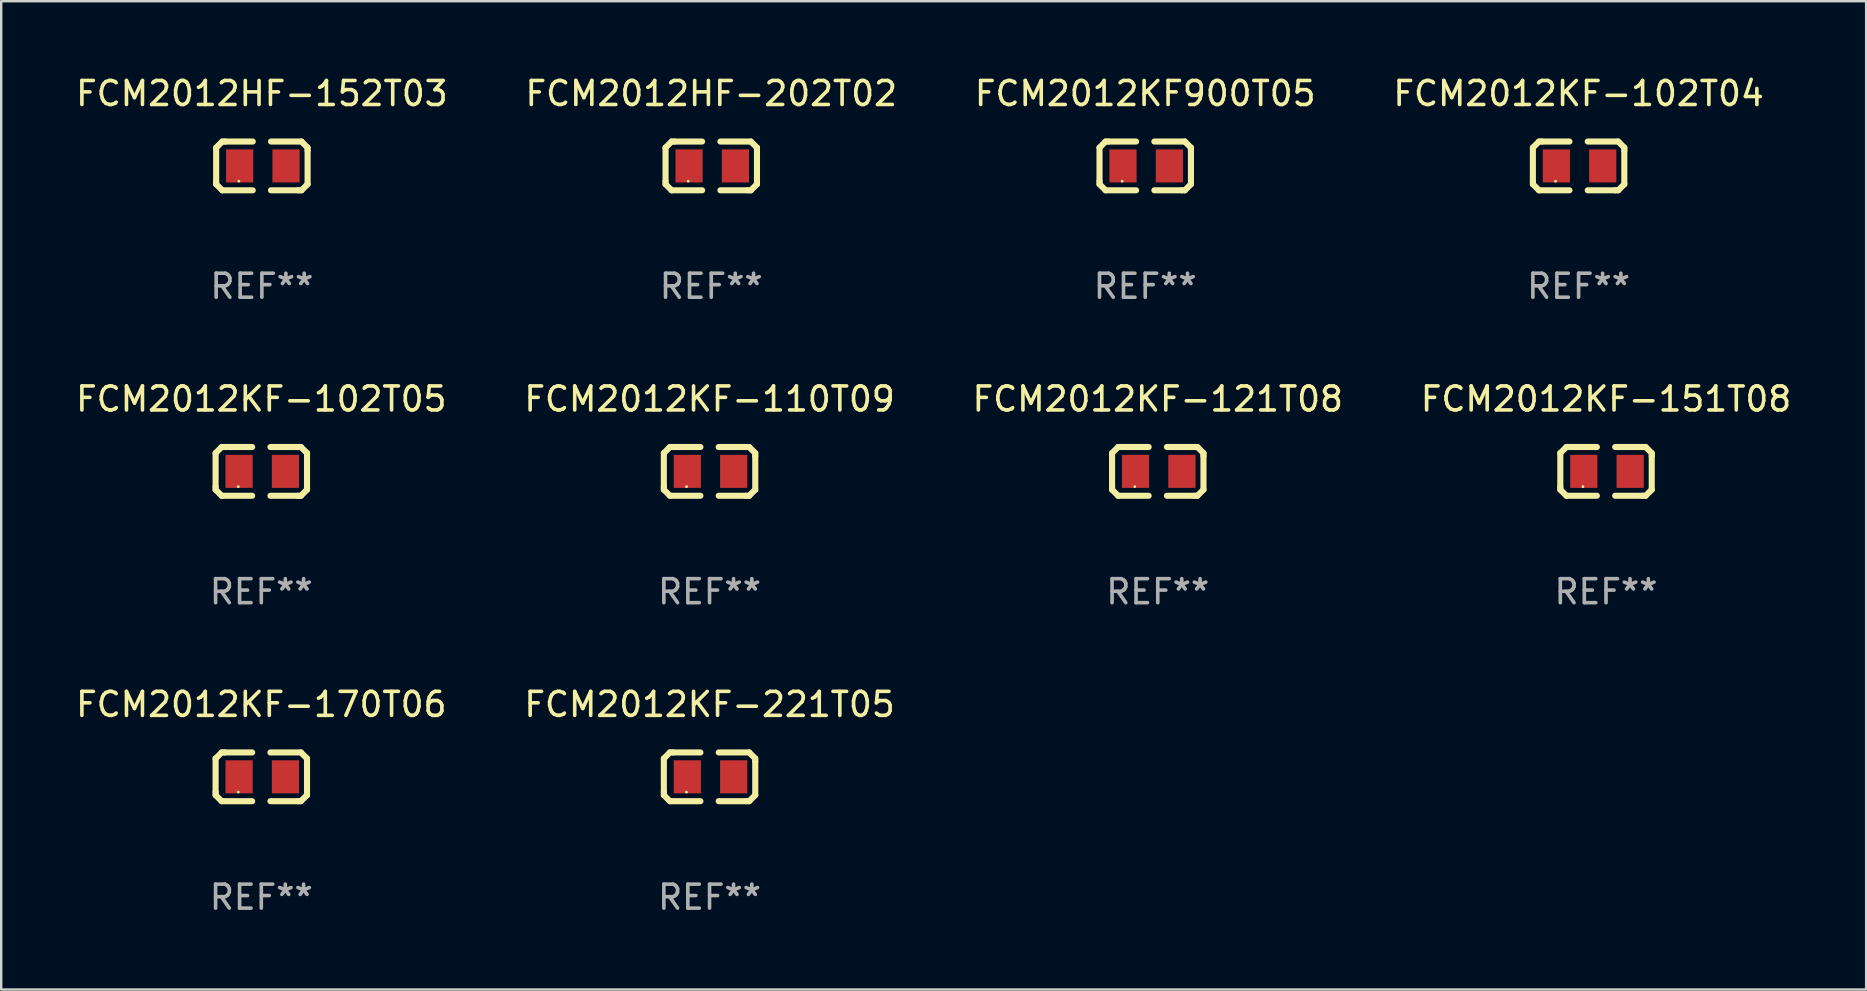
<source format=kicad_pcb>
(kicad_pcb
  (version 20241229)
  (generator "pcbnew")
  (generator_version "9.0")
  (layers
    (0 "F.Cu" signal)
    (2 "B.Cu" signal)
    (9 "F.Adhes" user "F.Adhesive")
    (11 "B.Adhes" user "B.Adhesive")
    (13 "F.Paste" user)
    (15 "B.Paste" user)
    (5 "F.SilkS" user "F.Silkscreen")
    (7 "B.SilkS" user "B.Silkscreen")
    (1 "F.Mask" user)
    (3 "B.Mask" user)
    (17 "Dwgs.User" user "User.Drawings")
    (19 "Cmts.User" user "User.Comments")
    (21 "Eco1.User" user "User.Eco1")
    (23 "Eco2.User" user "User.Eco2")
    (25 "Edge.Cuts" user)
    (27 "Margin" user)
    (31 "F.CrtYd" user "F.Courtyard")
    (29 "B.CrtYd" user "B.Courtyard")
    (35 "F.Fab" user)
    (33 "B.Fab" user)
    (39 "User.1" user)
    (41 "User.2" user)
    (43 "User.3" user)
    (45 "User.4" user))
  (footprint "FCM2012HF-152T03"
    (layer "F.Cu")
    (at 7.863 3.864)
    (property "Reference" "FCM2012HF-152T03" (at 0 -3.016 0) (layer "F.SilkS") (effects (font (size 1 1) (thickness 0.15))))
    (attr through_hole)
    (fp_line (start -1.905 -0.762) (end -1.905 0.635) (stroke (width 0.254) (type solid)) (layer "F.SilkS"))
    (fp_line (start -1.905 0.635) (end -1.905 0.762) (stroke (width 0.254) (type solid)) (layer "F.SilkS"))
    (fp_line (start -1.905 0.762) (end -1.651 1.016) (stroke (width 0.254) (type solid)) (layer "F.SilkS"))
    (fp_line (start -1.651 -1.016) (end -1.905 -0.762) (stroke (width 0.254) (type solid)) (layer "F.SilkS"))
    (fp_line (start -1.651 1.016) (end -0.381 1.016) (stroke (width 0.254) (type solid)) (layer "F.SilkS"))
    (fp_line (start -1.524 -1.016) (end -1.651 -1.016) (stroke (width 0.254) (type solid)) (layer "F.SilkS"))
    (fp_line (start -0.381 -1.016) (end -1.524 -1.016) (stroke (width 0.254) (type solid)) (layer "F.SilkS"))
    (fp_line (start 0.381 1.016) (end 1.524 1.016) (stroke (width 0.254) (type solid)) (layer "F.SilkS"))
    (fp_line (start 1.524 1.016) (end 1.651 1.016) (stroke (width 0.254) (type solid)) (layer "F.SilkS"))
    (fp_line (start 1.651 -1.016) (end 0.381 -1.016) (stroke (width 0.254) (type solid)) (layer "F.SilkS"))
    (fp_line (start 1.651 1.016) (end 1.905 0.762) (stroke (width 0.254) (type solid)) (layer "F.SilkS"))
    (fp_line (start 1.905 -0.762) (end 1.651 -1.016) (stroke (width 0.254) (type solid)) (layer "F.SilkS"))
    (fp_line (start 1.905 -0.635) (end 1.905 -0.762) (stroke (width 0.254) (type solid)) (layer "F.SilkS"))
    (fp_line (start 1.905 0.762) (end 1.905 -0.635) (stroke (width 0.254) (type solid)) (layer "F.SilkS"))
    (fp_circle (center -0.96 0.637) (end -0.93 0.637) (stroke (width 0.06) (type solid)) (fill no) (layer "F.SilkS"))
    (fp_text user "REF**" (at 0 5.016 0) (layer "F.Fab") (effects (font (size 1 1) (thickness 0.15))))
    (pad "1" smd rect (at -0.926 -0.000051) (size 1.133 1.377) (layers "F.Cu" "F.Mask" "F.Paste"))
    (pad "2" smd rect (at 1.006 -0.000051) (size 1.133 1.377) (layers "F.Cu" "F.Mask" "F.Paste")))
  (footprint "FCM2012KF-110T09"
    (layer "F.Cu")
    (at 26.518 16.593)
    (property "Reference" "FCM2012KF-110T09" (at 0 -3.016 0) (layer "F.SilkS") (effects (font (size 1 1) (thickness 0.15))))
    (attr through_hole)
    (fp_line (start -1.905 -0.762) (end -1.905 0.635) (stroke (width 0.254) (type solid)) (layer "F.SilkS"))
    (fp_line (start -1.905 0.635) (end -1.905 0.762) (stroke (width 0.254) (type solid)) (layer "F.SilkS"))
    (fp_line (start -1.905 0.762) (end -1.651 1.016) (stroke (width 0.254) (type solid)) (layer "F.SilkS"))
    (fp_line (start -1.651 -1.016) (end -1.905 -0.762) (stroke (width 0.254) (type solid)) (layer "F.SilkS"))
    (fp_line (start -1.651 1.016) (end -0.381 1.016) (stroke (width 0.254) (type solid)) (layer "F.SilkS"))
    (fp_line (start -1.524 -1.016) (end -1.651 -1.016) (stroke (width 0.254) (type solid)) (layer "F.SilkS"))
    (fp_line (start -0.381 -1.016) (end -1.524 -1.016) (stroke (width 0.254) (type solid)) (layer "F.SilkS"))
    (fp_line (start 0.381 1.016) (end 1.524 1.016) (stroke (width 0.254) (type solid)) (layer "F.SilkS"))
    (fp_line (start 1.524 1.016) (end 1.651 1.016) (stroke (width 0.254) (type solid)) (layer "F.SilkS"))
    (fp_line (start 1.651 -1.016) (end 0.381 -1.016) (stroke (width 0.254) (type solid)) (layer "F.SilkS"))
    (fp_line (start 1.651 1.016) (end 1.905 0.762) (stroke (width 0.254) (type solid)) (layer "F.SilkS"))
    (fp_line (start 1.905 -0.762) (end 1.651 -1.016) (stroke (width 0.254) (type solid)) (layer "F.SilkS"))
    (fp_line (start 1.905 -0.635) (end 1.905 -0.762) (stroke (width 0.254) (type solid)) (layer "F.SilkS"))
    (fp_line (start 1.905 0.762) (end 1.905 -0.635) (stroke (width 0.254) (type solid)) (layer "F.SilkS"))
    (fp_circle (center -0.96 0.637) (end -0.93 0.637) (stroke (width 0.06) (type solid)) (fill no) (layer "F.SilkS"))
    (fp_text user "REF**" (at 0 5.016 0) (layer "F.Fab") (effects (font (size 1 1) (thickness 0.15))))
    (pad "1" smd rect (at -0.926 -0.000051) (size 1.133 1.377) (layers "F.Cu" "F.Mask" "F.Paste"))
    (pad "2" smd rect (at 1.006 -0.000051) (size 1.133 1.377) (layers "F.Cu" "F.Mask" "F.Paste")))
  (footprint "FCM2012KF-102T04"
    (layer "F.Cu")
    (at 62.732 3.864)
    (property "Reference" "FCM2012KF-102T04" (at 0 -3.016 0) (layer "F.SilkS") (effects (font (size 1 1) (thickness 0.15))))
    (attr through_hole)
    (fp_line (start -1.905 -0.762) (end -1.905 0.635) (stroke (width 0.254) (type solid)) (layer "F.SilkS"))
    (fp_line (start -1.905 0.635) (end -1.905 0.762) (stroke (width 0.254) (type solid)) (layer "F.SilkS"))
    (fp_line (start -1.905 0.762) (end -1.651 1.016) (stroke (width 0.254) (type solid)) (layer "F.SilkS"))
    (fp_line (start -1.651 -1.016) (end -1.905 -0.762) (stroke (width 0.254) (type solid)) (layer "F.SilkS"))
    (fp_line (start -1.651 1.016) (end -0.381 1.016) (stroke (width 0.254) (type solid)) (layer "F.SilkS"))
    (fp_line (start -1.524 -1.016) (end -1.651 -1.016) (stroke (width 0.254) (type solid)) (layer "F.SilkS"))
    (fp_line (start -0.381 -1.016) (end -1.524 -1.016) (stroke (width 0.254) (type solid)) (layer "F.SilkS"))
    (fp_line (start 0.381 1.016) (end 1.524 1.016) (stroke (width 0.254) (type solid)) (layer "F.SilkS"))
    (fp_line (start 1.524 1.016) (end 1.651 1.016) (stroke (width 0.254) (type solid)) (layer "F.SilkS"))
    (fp_line (start 1.651 -1.016) (end 0.381 -1.016) (stroke (width 0.254) (type solid)) (layer "F.SilkS"))
    (fp_line (start 1.651 1.016) (end 1.905 0.762) (stroke (width 0.254) (type solid)) (layer "F.SilkS"))
    (fp_line (start 1.905 -0.762) (end 1.651 -1.016) (stroke (width 0.254) (type solid)) (layer "F.SilkS"))
    (fp_line (start 1.905 -0.635) (end 1.905 -0.762) (stroke (width 0.254) (type solid)) (layer "F.SilkS"))
    (fp_line (start 1.905 0.762) (end 1.905 -0.635) (stroke (width 0.254) (type solid)) (layer "F.SilkS"))
    (fp_circle (center -0.96 0.637) (end -0.93 0.637) (stroke (width 0.06) (type solid)) (fill no) (layer "F.SilkS"))
    (fp_text user "REF**" (at 0 5.016 0) (layer "F.Fab") (effects (font (size 1 1) (thickness 0.15))))
    (pad "1" smd rect (at -0.926 -0.000051) (size 1.133 1.377) (layers "F.Cu" "F.Mask" "F.Paste"))
    (pad "2" smd rect (at 1.006 -0.000051) (size 1.133 1.377) (layers "F.Cu" "F.Mask" "F.Paste")))
  (footprint "FCM2012KF-121T08"
    (layer "F.Cu")
    (at 45.196 16.593)
    (property "Reference" "FCM2012KF-121T08" (at 0 -3.016 0) (layer "F.SilkS") (effects (font (size 1 1) (thickness 0.15))))
    (attr through_hole)
    (fp_line (start -1.905 -0.762) (end -1.905 0.635) (stroke (width 0.254) (type solid)) (layer "F.SilkS"))
    (fp_line (start -1.905 0.635) (end -1.905 0.762) (stroke (width 0.254) (type solid)) (layer "F.SilkS"))
    (fp_line (start -1.905 0.762) (end -1.651 1.016) (stroke (width 0.254) (type solid)) (layer "F.SilkS"))
    (fp_line (start -1.651 -1.016) (end -1.905 -0.762) (stroke (width 0.254) (type solid)) (layer "F.SilkS"))
    (fp_line (start -1.651 1.016) (end -0.381 1.016) (stroke (width 0.254) (type solid)) (layer "F.SilkS"))
    (fp_line (start -1.524 -1.016) (end -1.651 -1.016) (stroke (width 0.254) (type solid)) (layer "F.SilkS"))
    (fp_line (start -0.381 -1.016) (end -1.524 -1.016) (stroke (width 0.254) (type solid)) (layer "F.SilkS"))
    (fp_line (start 0.381 1.016) (end 1.524 1.016) (stroke (width 0.254) (type solid)) (layer "F.SilkS"))
    (fp_line (start 1.524 1.016) (end 1.651 1.016) (stroke (width 0.254) (type solid)) (layer "F.SilkS"))
    (fp_line (start 1.651 -1.016) (end 0.381 -1.016) (stroke (width 0.254) (type solid)) (layer "F.SilkS"))
    (fp_line (start 1.651 1.016) (end 1.905 0.762) (stroke (width 0.254) (type solid)) (layer "F.SilkS"))
    (fp_line (start 1.905 -0.762) (end 1.651 -1.016) (stroke (width 0.254) (type solid)) (layer "F.SilkS"))
    (fp_line (start 1.905 -0.635) (end 1.905 -0.762) (stroke (width 0.254) (type solid)) (layer "F.SilkS"))
    (fp_line (start 1.905 0.762) (end 1.905 -0.635) (stroke (width 0.254) (type solid)) (layer "F.SilkS"))
    (fp_circle (center -0.96 0.637) (end -0.93 0.637) (stroke (width 0.06) (type solid)) (fill no) (layer "F.SilkS"))
    (fp_text user "REF**" (at 0 5.016 0) (layer "F.Fab") (effects (font (size 1 1) (thickness 0.15))))
    (pad "1" smd rect (at -0.926 -0.000051) (size 1.133 1.377) (layers "F.Cu" "F.Mask" "F.Paste"))
    (pad "2" smd rect (at 1.006 -0.000051) (size 1.133 1.377) (layers "F.Cu" "F.Mask" "F.Paste")))
  (footprint "FCM2012KF-170T06"
    (layer "F.Cu")
    (at 7.839 29.321)
    (property "Reference" "FCM2012KF-170T06" (at 0 -3.016 0) (layer "F.SilkS") (effects (font (size 1 1) (thickness 0.15))))
    (attr through_hole)
    (fp_line (start -1.905 -0.762) (end -1.905 0.635) (stroke (width 0.254) (type solid)) (layer "F.SilkS"))
    (fp_line (start -1.905 0.635) (end -1.905 0.762) (stroke (width 0.254) (type solid)) (layer "F.SilkS"))
    (fp_line (start -1.905 0.762) (end -1.651 1.016) (stroke (width 0.254) (type solid)) (layer "F.SilkS"))
    (fp_line (start -1.651 -1.016) (end -1.905 -0.762) (stroke (width 0.254) (type solid)) (layer "F.SilkS"))
    (fp_line (start -1.651 1.016) (end -0.381 1.016) (stroke (width 0.254) (type solid)) (layer "F.SilkS"))
    (fp_line (start -1.524 -1.016) (end -1.651 -1.016) (stroke (width 0.254) (type solid)) (layer "F.SilkS"))
    (fp_line (start -0.381 -1.016) (end -1.524 -1.016) (stroke (width 0.254) (type solid)) (layer "F.SilkS"))
    (fp_line (start 0.381 1.016) (end 1.524 1.016) (stroke (width 0.254) (type solid)) (layer "F.SilkS"))
    (fp_line (start 1.524 1.016) (end 1.651 1.016) (stroke (width 0.254) (type solid)) (layer "F.SilkS"))
    (fp_line (start 1.651 -1.016) (end 0.381 -1.016) (stroke (width 0.254) (type solid)) (layer "F.SilkS"))
    (fp_line (start 1.651 1.016) (end 1.905 0.762) (stroke (width 0.254) (type solid)) (layer "F.SilkS"))
    (fp_line (start 1.905 -0.762) (end 1.651 -1.016) (stroke (width 0.254) (type solid)) (layer "F.SilkS"))
    (fp_line (start 1.905 -0.635) (end 1.905 -0.762) (stroke (width 0.254) (type solid)) (layer "F.SilkS"))
    (fp_line (start 1.905 0.762) (end 1.905 -0.635) (stroke (width 0.254) (type solid)) (layer "F.SilkS"))
    (fp_circle (center -0.96 0.637) (end -0.93 0.637) (stroke (width 0.06) (type solid)) (fill no) (layer "F.SilkS"))
    (fp_text user "REF**" (at 0 5.016 0) (layer "F.Fab") (effects (font (size 1 1) (thickness 0.15))))
    (pad "1" smd rect (at -0.926 -0.000051) (size 1.133 1.377) (layers "F.Cu" "F.Mask" "F.Paste"))
    (pad "2" smd rect (at 1.006 -0.000051) (size 1.133 1.377) (layers "F.Cu" "F.Mask" "F.Paste")))
  (footprint "FCM2012KF-102T05"
    (layer "F.Cu")
    (at 7.839 16.593)
    (property "Reference" "FCM2012KF-102T05" (at 0 -3.016 0) (layer "F.SilkS") (effects (font (size 1 1) (thickness 0.15))))
    (attr through_hole)
    (fp_line (start -1.905 -0.762) (end -1.905 0.635) (stroke (width 0.254) (type solid)) (layer "F.SilkS"))
    (fp_line (start -1.905 0.635) (end -1.905 0.762) (stroke (width 0.254) (type solid)) (layer "F.SilkS"))
    (fp_line (start -1.905 0.762) (end -1.651 1.016) (stroke (width 0.254) (type solid)) (layer "F.SilkS"))
    (fp_line (start -1.651 -1.016) (end -1.905 -0.762) (stroke (width 0.254) (type solid)) (layer "F.SilkS"))
    (fp_line (start -1.651 1.016) (end -0.381 1.016) (stroke (width 0.254) (type solid)) (layer "F.SilkS"))
    (fp_line (start -1.524 -1.016) (end -1.651 -1.016) (stroke (width 0.254) (type solid)) (layer "F.SilkS"))
    (fp_line (start -0.381 -1.016) (end -1.524 -1.016) (stroke (width 0.254) (type solid)) (layer "F.SilkS"))
    (fp_line (start 0.381 1.016) (end 1.524 1.016) (stroke (width 0.254) (type solid)) (layer "F.SilkS"))
    (fp_line (start 1.524 1.016) (end 1.651 1.016) (stroke (width 0.254) (type solid)) (layer "F.SilkS"))
    (fp_line (start 1.651 -1.016) (end 0.381 -1.016) (stroke (width 0.254) (type solid)) (layer "F.SilkS"))
    (fp_line (start 1.651 1.016) (end 1.905 0.762) (stroke (width 0.254) (type solid)) (layer "F.SilkS"))
    (fp_line (start 1.905 -0.762) (end 1.651 -1.016) (stroke (width 0.254) (type solid)) (layer "F.SilkS"))
    (fp_line (start 1.905 -0.635) (end 1.905 -0.762) (stroke (width 0.254) (type solid)) (layer "F.SilkS"))
    (fp_line (start 1.905 0.762) (end 1.905 -0.635) (stroke (width 0.254) (type solid)) (layer "F.SilkS"))
    (fp_circle (center -0.96 0.637) (end -0.93 0.637) (stroke (width 0.06) (type solid)) (fill no) (layer "F.SilkS"))
    (fp_text user "REF**" (at 0 5.016 0) (layer "F.Fab") (effects (font (size 1 1) (thickness 0.15))))
    (pad "1" smd rect (at -0.926 -0.000051) (size 1.133 1.377) (layers "F.Cu" "F.Mask" "F.Paste"))
    (pad "2" smd rect (at 1.006 -0.000051) (size 1.133 1.377) (layers "F.Cu" "F.Mask" "F.Paste")))
  (footprint "FCM2012KF-151T08"
    (layer "F.Cu")
    (at 63.875 16.593)
    (property "Reference" "FCM2012KF-151T08" (at 0 -3.016 0) (layer "F.SilkS") (effects (font (size 1 1) (thickness 0.15))))
    (attr through_hole)
    (fp_line (start -1.905 -0.762) (end -1.905 0.635) (stroke (width 0.254) (type solid)) (layer "F.SilkS"))
    (fp_line (start -1.905 0.635) (end -1.905 0.762) (stroke (width 0.254) (type solid)) (layer "F.SilkS"))
    (fp_line (start -1.905 0.762) (end -1.651 1.016) (stroke (width 0.254) (type solid)) (layer "F.SilkS"))
    (fp_line (start -1.651 -1.016) (end -1.905 -0.762) (stroke (width 0.254) (type solid)) (layer "F.SilkS"))
    (fp_line (start -1.651 1.016) (end -0.381 1.016) (stroke (width 0.254) (type solid)) (layer "F.SilkS"))
    (fp_line (start -1.524 -1.016) (end -1.651 -1.016) (stroke (width 0.254) (type solid)) (layer "F.SilkS"))
    (fp_line (start -0.381 -1.016) (end -1.524 -1.016) (stroke (width 0.254) (type solid)) (layer "F.SilkS"))
    (fp_line (start 0.381 1.016) (end 1.524 1.016) (stroke (width 0.254) (type solid)) (layer "F.SilkS"))
    (fp_line (start 1.524 1.016) (end 1.651 1.016) (stroke (width 0.254) (type solid)) (layer "F.SilkS"))
    (fp_line (start 1.651 -1.016) (end 0.381 -1.016) (stroke (width 0.254) (type solid)) (layer "F.SilkS"))
    (fp_line (start 1.651 1.016) (end 1.905 0.762) (stroke (width 0.254) (type solid)) (layer "F.SilkS"))
    (fp_line (start 1.905 -0.762) (end 1.651 -1.016) (stroke (width 0.254) (type solid)) (layer "F.SilkS"))
    (fp_line (start 1.905 -0.635) (end 1.905 -0.762) (stroke (width 0.254) (type solid)) (layer "F.SilkS"))
    (fp_line (start 1.905 0.762) (end 1.905 -0.635) (stroke (width 0.254) (type solid)) (layer "F.SilkS"))
    (fp_circle (center -0.96 0.637) (end -0.93 0.637) (stroke (width 0.06) (type solid)) (fill no) (layer "F.SilkS"))
    (fp_text user "REF**" (at 0 5.016 0) (layer "F.Fab") (effects (font (size 1 1) (thickness 0.15))))
    (pad "1" smd rect (at -0.926 -0.000051) (size 1.133 1.377) (layers "F.Cu" "F.Mask" "F.Paste"))
    (pad "2" smd rect (at 1.006 -0.000051) (size 1.133 1.377) (layers "F.Cu" "F.Mask" "F.Paste")))
  (footprint "FCM2012HF-202T02"
    (layer "F.Cu")
    (at 26.589 3.864)
    (property "Reference" "FCM2012HF-202T02" (at 0 -3.016 0) (layer "F.SilkS") (effects (font (size 1 1) (thickness 0.15))))
    (attr through_hole)
    (fp_line (start -1.905 -0.762) (end -1.905 0.635) (stroke (width 0.254) (type solid)) (layer "F.SilkS"))
    (fp_line (start -1.905 0.635) (end -1.905 0.762) (stroke (width 0.254) (type solid)) (layer "F.SilkS"))
    (fp_line (start -1.905 0.762) (end -1.651 1.016) (stroke (width 0.254) (type solid)) (layer "F.SilkS"))
    (fp_line (start -1.651 -1.016) (end -1.905 -0.762) (stroke (width 0.254) (type solid)) (layer "F.SilkS"))
    (fp_line (start -1.651 1.016) (end -0.381 1.016) (stroke (width 0.254) (type solid)) (layer "F.SilkS"))
    (fp_line (start -1.524 -1.016) (end -1.651 -1.016) (stroke (width 0.254) (type solid)) (layer "F.SilkS"))
    (fp_line (start -0.381 -1.016) (end -1.524 -1.016) (stroke (width 0.254) (type solid)) (layer "F.SilkS"))
    (fp_line (start 0.381 1.016) (end 1.524 1.016) (stroke (width 0.254) (type solid)) (layer "F.SilkS"))
    (fp_line (start 1.524 1.016) (end 1.651 1.016) (stroke (width 0.254) (type solid)) (layer "F.SilkS"))
    (fp_line (start 1.651 -1.016) (end 0.381 -1.016) (stroke (width 0.254) (type solid)) (layer "F.SilkS"))
    (fp_line (start 1.651 1.016) (end 1.905 0.762) (stroke (width 0.254) (type solid)) (layer "F.SilkS"))
    (fp_line (start 1.905 -0.762) (end 1.651 -1.016) (stroke (width 0.254) (type solid)) (layer "F.SilkS"))
    (fp_line (start 1.905 -0.635) (end 1.905 -0.762) (stroke (width 0.254) (type solid)) (layer "F.SilkS"))
    (fp_line (start 1.905 0.762) (end 1.905 -0.635) (stroke (width 0.254) (type solid)) (layer "F.SilkS"))
    (fp_circle (center -0.96 0.637) (end -0.93 0.637) (stroke (width 0.06) (type solid)) (fill no) (layer "F.SilkS"))
    (fp_text user "REF**" (at 0 5.016 0) (layer "F.Fab") (effects (font (size 1 1) (thickness 0.15))))
    (pad "1" smd rect (at -0.926 -0.000051) (size 1.133 1.377) (layers "F.Cu" "F.Mask" "F.Paste"))
    (pad "2" smd rect (at 1.006 -0.000051) (size 1.133 1.377) (layers "F.Cu" "F.Mask" "F.Paste")))
  (footprint "FCM2012KF900T05"
    (layer "F.Cu")
    (at 44.673 3.864)
    (property "Reference" "FCM2012KF900T05" (at 0 -3.016 0) (layer "F.SilkS") (effects (font (size 1 1) (thickness 0.15))))
    (attr through_hole)
    (fp_line (start -1.905 -0.762) (end -1.905 0.635) (stroke (width 0.254) (type solid)) (layer "F.SilkS"))
    (fp_line (start -1.905 0.635) (end -1.905 0.762) (stroke (width 0.254) (type solid)) (layer "F.SilkS"))
    (fp_line (start -1.905 0.762) (end -1.651 1.016) (stroke (width 0.254) (type solid)) (layer "F.SilkS"))
    (fp_line (start -1.651 -1.016) (end -1.905 -0.762) (stroke (width 0.254) (type solid)) (layer "F.SilkS"))
    (fp_line (start -1.651 1.016) (end -0.381 1.016) (stroke (width 0.254) (type solid)) (layer "F.SilkS"))
    (fp_line (start -1.524 -1.016) (end -1.651 -1.016) (stroke (width 0.254) (type solid)) (layer "F.SilkS"))
    (fp_line (start -0.381 -1.016) (end -1.524 -1.016) (stroke (width 0.254) (type solid)) (layer "F.SilkS"))
    (fp_line (start 0.381 1.016) (end 1.524 1.016) (stroke (width 0.254) (type solid)) (layer "F.SilkS"))
    (fp_line (start 1.524 1.016) (end 1.651 1.016) (stroke (width 0.254) (type solid)) (layer "F.SilkS"))
    (fp_line (start 1.651 -1.016) (end 0.381 -1.016) (stroke (width 0.254) (type solid)) (layer "F.SilkS"))
    (fp_line (start 1.651 1.016) (end 1.905 0.762) (stroke (width 0.254) (type solid)) (layer "F.SilkS"))
    (fp_line (start 1.905 -0.762) (end 1.651 -1.016) (stroke (width 0.254) (type solid)) (layer "F.SilkS"))
    (fp_line (start 1.905 -0.635) (end 1.905 -0.762) (stroke (width 0.254) (type solid)) (layer "F.SilkS"))
    (fp_line (start 1.905 0.762) (end 1.905 -0.635) (stroke (width 0.254) (type solid)) (layer "F.SilkS"))
    (fp_circle (center -0.96 0.637) (end -0.93 0.637) (stroke (width 0.06) (type solid)) (fill no) (layer "F.SilkS"))
    (fp_text user "REF**" (at 0 5.016 0) (layer "F.Fab") (effects (font (size 1 1) (thickness 0.15))))
    (pad "1" smd rect (at -0.926 -0.000051) (size 1.133 1.377) (layers "F.Cu" "F.Mask" "F.Paste"))
    (pad "2" smd rect (at 1.006 -0.000051) (size 1.133 1.377) (layers "F.Cu" "F.Mask" "F.Paste")))
  (footprint "FCM2012KF-221T05"
    (layer "F.Cu")
    (at 26.518 29.321)
    (property "Reference" "FCM2012KF-221T05" (at 0 -3.016 0) (layer "F.SilkS") (effects (font (size 1 1) (thickness 0.15))))
    (attr through_hole)
    (fp_line (start -1.905 -0.762) (end -1.905 0.635) (stroke (width 0.254) (type solid)) (layer "F.SilkS"))
    (fp_line (start -1.905 0.635) (end -1.905 0.762) (stroke (width 0.254) (type solid)) (layer "F.SilkS"))
    (fp_line (start -1.905 0.762) (end -1.651 1.016) (stroke (width 0.254) (type solid)) (layer "F.SilkS"))
    (fp_line (start -1.651 -1.016) (end -1.905 -0.762) (stroke (width 0.254) (type solid)) (layer "F.SilkS"))
    (fp_line (start -1.651 1.016) (end -0.381 1.016) (stroke (width 0.254) (type solid)) (layer "F.SilkS"))
    (fp_line (start -1.524 -1.016) (end -1.651 -1.016) (stroke (width 0.254) (type solid)) (layer "F.SilkS"))
    (fp_line (start -0.381 -1.016) (end -1.524 -1.016) (stroke (width 0.254) (type solid)) (layer "F.SilkS"))
    (fp_line (start 0.381 1.016) (end 1.524 1.016) (stroke (width 0.254) (type solid)) (layer "F.SilkS"))
    (fp_line (start 1.524 1.016) (end 1.651 1.016) (stroke (width 0.254) (type solid)) (layer "F.SilkS"))
    (fp_line (start 1.651 -1.016) (end 0.381 -1.016) (stroke (width 0.254) (type solid)) (layer "F.SilkS"))
    (fp_line (start 1.651 1.016) (end 1.905 0.762) (stroke (width 0.254) (type solid)) (layer "F.SilkS"))
    (fp_line (start 1.905 -0.762) (end 1.651 -1.016) (stroke (width 0.254) (type solid)) (layer "F.SilkS"))
    (fp_line (start 1.905 -0.635) (end 1.905 -0.762) (stroke (width 0.254) (type solid)) (layer "F.SilkS"))
    (fp_line (start 1.905 0.762) (end 1.905 -0.635) (stroke (width 0.254) (type solid)) (layer "F.SilkS"))
    (fp_circle (center -0.96 0.637) (end -0.93 0.637) (stroke (width 0.06) (type solid)) (fill no) (layer "F.SilkS"))
    (fp_text user "REF**" (at 0 5.016 0) (layer "F.Fab") (effects (font (size 1 1) (thickness 0.15))))
    (pad "1" smd rect (at -0.926 -0.000051) (size 1.133 1.377) (layers "F.Cu" "F.Mask" "F.Paste"))
    (pad "2" smd rect (at 1.006 -0.000051) (size 1.133 1.377) (layers "F.Cu" "F.Mask" "F.Paste")))
  (gr_rect
    (start -3 -3)
    (end 74.714 38.186)
    (stroke (width 0.1) (type default))
    (fill no)
    (layer "Edge.Cuts")))
</source>
